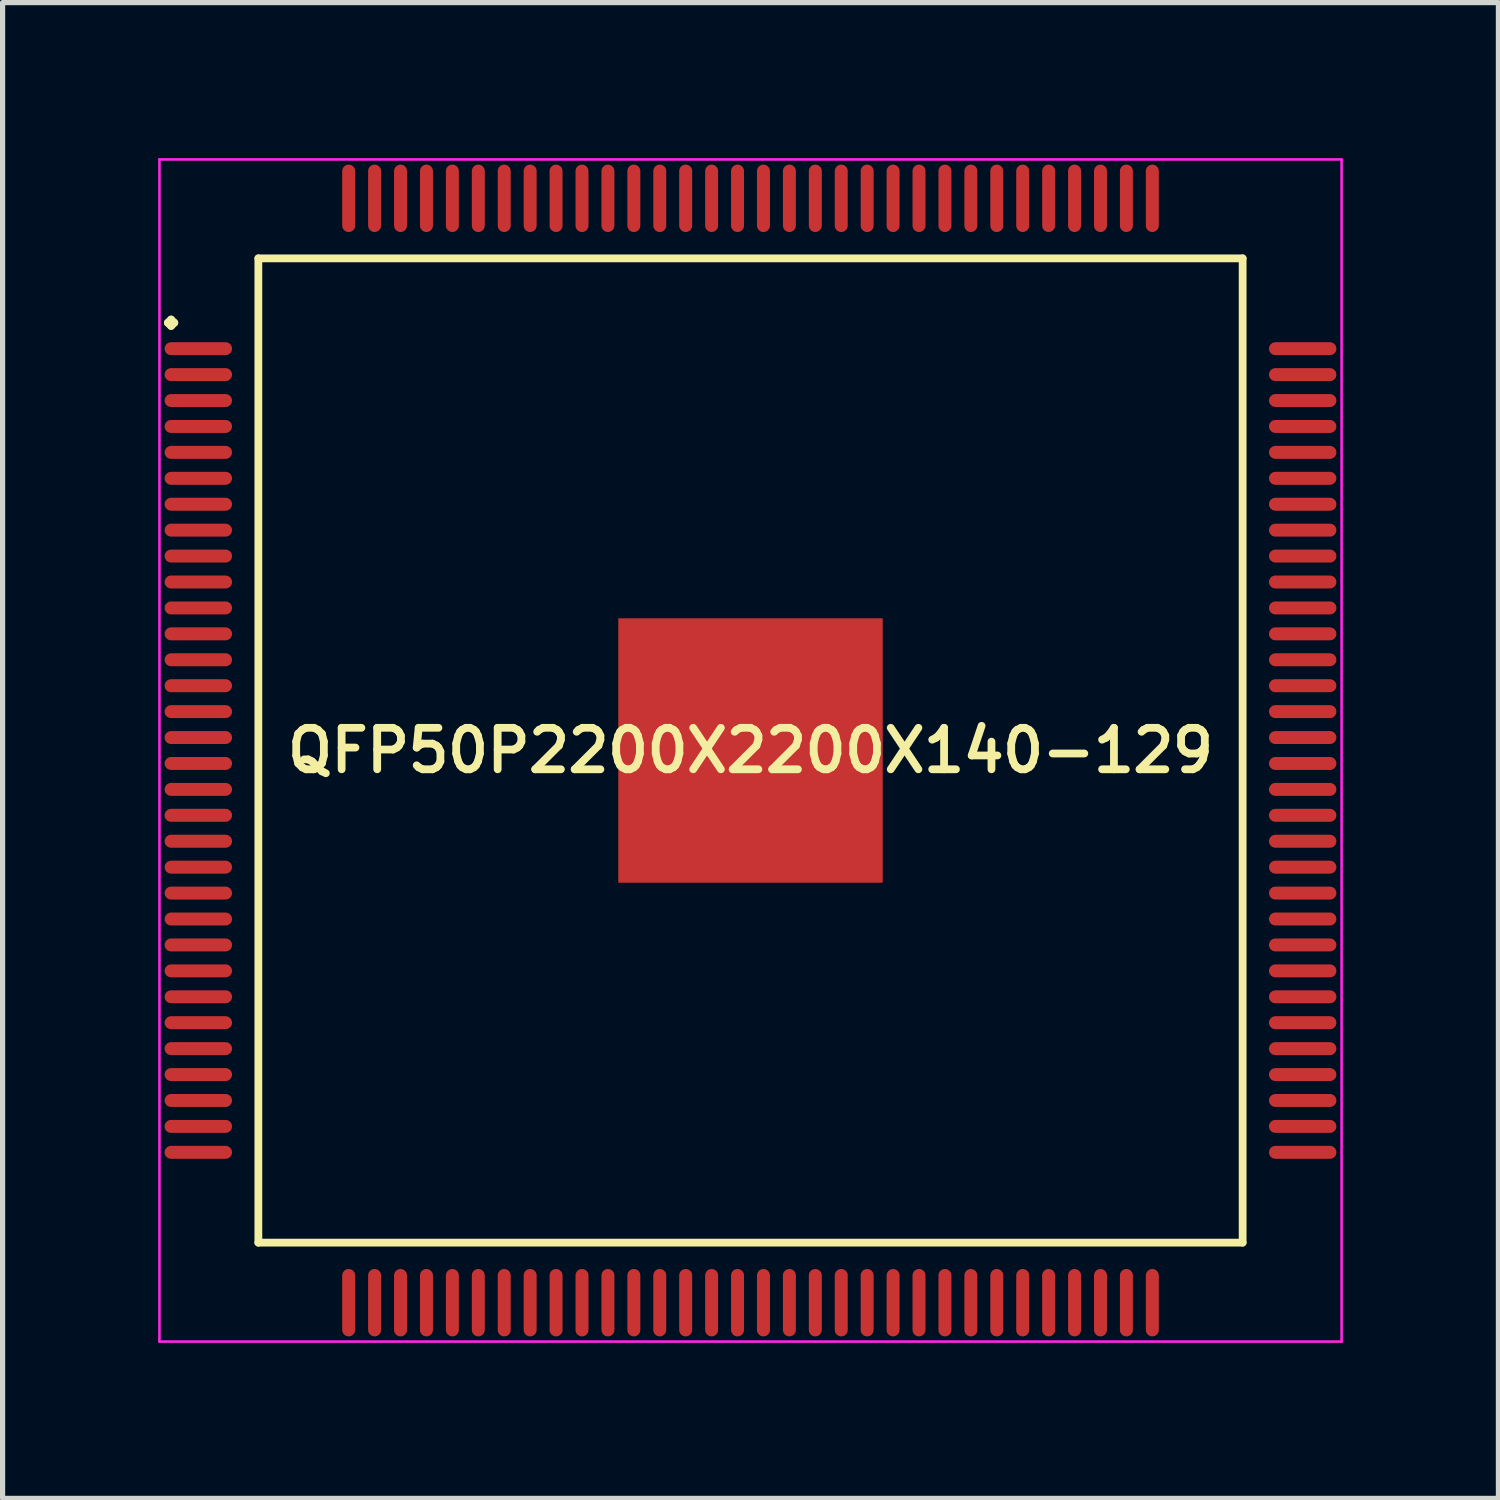
<source format=kicad_pcb>
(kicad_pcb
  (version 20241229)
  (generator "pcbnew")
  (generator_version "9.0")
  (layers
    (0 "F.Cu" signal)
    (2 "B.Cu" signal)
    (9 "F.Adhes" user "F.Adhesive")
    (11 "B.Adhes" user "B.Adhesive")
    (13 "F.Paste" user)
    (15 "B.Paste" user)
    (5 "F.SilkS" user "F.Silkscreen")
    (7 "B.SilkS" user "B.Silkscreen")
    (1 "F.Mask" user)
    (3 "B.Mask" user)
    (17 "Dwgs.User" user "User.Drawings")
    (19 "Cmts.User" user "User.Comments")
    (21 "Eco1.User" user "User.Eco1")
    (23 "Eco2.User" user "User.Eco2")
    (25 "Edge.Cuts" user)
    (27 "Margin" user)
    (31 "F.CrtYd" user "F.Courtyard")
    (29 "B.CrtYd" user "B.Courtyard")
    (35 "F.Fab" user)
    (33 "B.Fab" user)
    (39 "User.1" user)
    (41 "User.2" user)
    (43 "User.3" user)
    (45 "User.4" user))
  (footprint "QFP50P2200X2200X140-129"
    (layer "F.Cu")
    (at 11.425 11.425)
    (property "Reference" "QFP50P2200X2200X140-129" (at 0 0 0) (layer "F.SilkS") (effects (font (size 0.8 0.8) (thickness 0.15))))
    (attr smd)
    (fp_line (start -11.238 -8.25) (end -11.175 -8.312) (stroke (width 0.15) (type solid)) (layer "F.SilkS"))
    (fp_line (start -11.175 -8.312) (end -11.113 -8.25) (stroke (width 0.15) (type solid)) (layer "F.SilkS"))
    (fp_line (start -11.175 -8.188) (end -11.238 -8.25) (stroke (width 0.15) (type solid)) (layer "F.SilkS"))
    (fp_line (start -11.113 -8.25) (end -11.175 -8.188) (stroke (width 0.15) (type solid)) (layer "F.SilkS"))
    (fp_line (start -9.492 -9.492) (end -9.492 9.492) (stroke (width 0.15) (type solid)) (layer "F.SilkS"))
    (fp_line (start -9.492 9.492) (end 9.492 9.492) (stroke (width 0.15) (type solid)) (layer "F.SilkS"))
    (fp_line (start 9.492 -9.492) (end -9.492 -9.492) (stroke (width 0.15) (type solid)) (layer "F.SilkS"))
    (fp_line (start 9.492 9.492) (end 9.492 -9.492) (stroke (width 0.15) (type solid)) (layer "F.SilkS"))
    (fp_line (start -11.4 -11.4) (end 11.4 -11.4) (stroke (width 0.05) (type solid)) (layer "F.CrtYd"))
    (fp_line (start -11.4 11.4) (end -11.4 -11.4) (stroke (width 0.05) (type solid)) (layer "F.CrtYd"))
    (fp_line (start 11.4 -11.4) (end 11.4 11.4) (stroke (width 0.05) (type solid)) (layer "F.CrtYd"))
    (fp_line (start 11.4 11.4) (end -11.4 11.4) (stroke (width 0.05) (type solid)) (layer "F.CrtYd"))
    (pad "1" smd oval (at -10.65 -7.75) (size 1.3 0.25) (layers "F.Cu" "F.Mask" "F.Paste"))
    (pad "2" smd oval (at -10.65 -7.25) (size 1.3 0.25) (layers "F.Cu" "F.Mask" "F.Paste"))
    (pad "3" smd oval (at -10.65 -6.75) (size 1.3 0.25) (layers "F.Cu" "F.Mask" "F.Paste"))
    (pad "4" smd oval (at -10.65 -6.25) (size 1.3 0.25) (layers "F.Cu" "F.Mask" "F.Paste"))
    (pad "5" smd oval (at -10.65 -5.75) (size 1.3 0.25) (layers "F.Cu" "F.Mask" "F.Paste"))
    (pad "6" smd oval (at -10.65 -5.25) (size 1.3 0.25) (layers "F.Cu" "F.Mask" "F.Paste"))
    (pad "7" smd oval (at -10.65 -4.75) (size 1.3 0.25) (layers "F.Cu" "F.Mask" "F.Paste"))
    (pad "8" smd oval (at -10.65 -4.25) (size 1.3 0.25) (layers "F.Cu" "F.Mask" "F.Paste"))
    (pad "9" smd oval (at -10.65 -3.75) (size 1.3 0.25) (layers "F.Cu" "F.Mask" "F.Paste"))
    (pad "10" smd oval (at -10.65 -3.25) (size 1.3 0.25) (layers "F.Cu" "F.Mask" "F.Paste"))
    (pad "11" smd oval (at -10.65 -2.75) (size 1.3 0.25) (layers "F.Cu" "F.Mask" "F.Paste"))
    (pad "12" smd oval (at -10.65 -2.25) (size 1.3 0.25) (layers "F.Cu" "F.Mask" "F.Paste"))
    (pad "13" smd oval (at -10.65 -1.75) (size 1.3 0.25) (layers "F.Cu" "F.Mask" "F.Paste"))
    (pad "14" smd oval (at -10.65 -1.25) (size 1.3 0.25) (layers "F.Cu" "F.Mask" "F.Paste"))
    (pad "15" smd oval (at -10.65 -0.75) (size 1.3 0.25) (layers "F.Cu" "F.Mask" "F.Paste"))
    (pad "16" smd oval (at -10.65 -0.25) (size 1.3 0.25) (layers "F.Cu" "F.Mask" "F.Paste"))
    (pad "17" smd oval (at -10.65 0.25) (size 1.3 0.25) (layers "F.Cu" "F.Mask" "F.Paste"))
    (pad "18" smd oval (at -10.65 0.75) (size 1.3 0.25) (layers "F.Cu" "F.Mask" "F.Paste"))
    (pad "19" smd oval (at -10.65 1.25) (size 1.3 0.25) (layers "F.Cu" "F.Mask" "F.Paste"))
    (pad "20" smd oval (at -10.65 1.75) (size 1.3 0.25) (layers "F.Cu" "F.Mask" "F.Paste"))
    (pad "21" smd oval (at -10.65 2.25) (size 1.3 0.25) (layers "F.Cu" "F.Mask" "F.Paste"))
    (pad "22" smd oval (at -10.65 2.75) (size 1.3 0.25) (layers "F.Cu" "F.Mask" "F.Paste"))
    (pad "23" smd oval (at -10.65 3.25) (size 1.3 0.25) (layers "F.Cu" "F.Mask" "F.Paste"))
    (pad "24" smd oval (at -10.65 3.75) (size 1.3 0.25) (layers "F.Cu" "F.Mask" "F.Paste"))
    (pad "25" smd oval (at -10.65 4.25) (size 1.3 0.25) (layers "F.Cu" "F.Mask" "F.Paste"))
    (pad "26" smd oval (at -10.65 4.75) (size 1.3 0.25) (layers "F.Cu" "F.Mask" "F.Paste"))
    (pad "27" smd oval (at -10.65 5.25) (size 1.3 0.25) (layers "F.Cu" "F.Mask" "F.Paste"))
    (pad "28" smd oval (at -10.65 5.75) (size 1.3 0.25) (layers "F.Cu" "F.Mask" "F.Paste"))
    (pad "29" smd oval (at -10.65 6.25) (size 1.3 0.25) (layers "F.Cu" "F.Mask" "F.Paste"))
    (pad "30" smd oval (at -10.65 6.75) (size 1.3 0.25) (layers "F.Cu" "F.Mask" "F.Paste"))
    (pad "31" smd oval (at -10.65 7.25) (size 1.3 0.25) (layers "F.Cu" "F.Mask" "F.Paste"))
    (pad "32" smd oval (at -10.65 7.75) (size 1.3 0.25) (layers "F.Cu" "F.Mask" "F.Paste"))
    (pad "33" smd oval (at -7.75 10.65) (size 0.25 1.3) (layers "F.Cu" "F.Mask" "F.Paste"))
    (pad "34" smd oval (at -7.25 10.65) (size 0.25 1.3) (layers "F.Cu" "F.Mask" "F.Paste"))
    (pad "35" smd oval (at -6.75 10.65) (size 0.25 1.3) (layers "F.Cu" "F.Mask" "F.Paste"))
    (pad "36" smd oval (at -6.25 10.65) (size 0.25 1.3) (layers "F.Cu" "F.Mask" "F.Paste"))
    (pad "37" smd oval (at -5.75 10.65) (size 0.25 1.3) (layers "F.Cu" "F.Mask" "F.Paste"))
    (pad "38" smd oval (at -5.25 10.65) (size 0.25 1.3) (layers "F.Cu" "F.Mask" "F.Paste"))
    (pad "39" smd oval (at -4.75 10.65) (size 0.25 1.3) (layers "F.Cu" "F.Mask" "F.Paste"))
    (pad "40" smd oval (at -4.25 10.65) (size 0.25 1.3) (layers "F.Cu" "F.Mask" "F.Paste"))
    (pad "41" smd oval (at -3.75 10.65) (size 0.25 1.3) (layers "F.Cu" "F.Mask" "F.Paste"))
    (pad "42" smd oval (at -3.25 10.65) (size 0.25 1.3) (layers "F.Cu" "F.Mask" "F.Paste"))
    (pad "43" smd oval (at -2.75 10.65) (size 0.25 1.3) (layers "F.Cu" "F.Mask" "F.Paste"))
    (pad "44" smd oval (at -2.25 10.65) (size 0.25 1.3) (layers "F.Cu" "F.Mask" "F.Paste"))
    (pad "45" smd oval (at -1.75 10.65) (size 0.25 1.3) (layers "F.Cu" "F.Mask" "F.Paste"))
    (pad "46" smd oval (at -1.25 10.65) (size 0.25 1.3) (layers "F.Cu" "F.Mask" "F.Paste"))
    (pad "47" smd oval (at -0.75 10.65) (size 0.25 1.3) (layers "F.Cu" "F.Mask" "F.Paste"))
    (pad "48" smd oval (at -0.25 10.65) (size 0.25 1.3) (layers "F.Cu" "F.Mask" "F.Paste"))
    (pad "49" smd oval (at 0.25 10.65) (size 0.25 1.3) (layers "F.Cu" "F.Mask" "F.Paste"))
    (pad "50" smd oval (at 0.75 10.65) (size 0.25 1.3) (layers "F.Cu" "F.Mask" "F.Paste"))
    (pad "51" smd oval (at 1.25 10.65) (size 0.25 1.3) (layers "F.Cu" "F.Mask" "F.Paste"))
    (pad "52" smd oval (at 1.75 10.65) (size 0.25 1.3) (layers "F.Cu" "F.Mask" "F.Paste"))
    (pad "53" smd oval (at 2.25 10.65) (size 0.25 1.3) (layers "F.Cu" "F.Mask" "F.Paste"))
    (pad "54" smd oval (at 2.75 10.65) (size 0.25 1.3) (layers "F.Cu" "F.Mask" "F.Paste"))
    (pad "55" smd oval (at 3.25 10.65) (size 0.25 1.3) (layers "F.Cu" "F.Mask" "F.Paste"))
    (pad "56" smd oval (at 3.75 10.65) (size 0.25 1.3) (layers "F.Cu" "F.Mask" "F.Paste"))
    (pad "57" smd oval (at 4.25 10.65) (size 0.25 1.3) (layers "F.Cu" "F.Mask" "F.Paste"))
    (pad "58" smd oval (at 4.75 10.65) (size 0.25 1.3) (layers "F.Cu" "F.Mask" "F.Paste"))
    (pad "59" smd oval (at 5.25 10.65) (size 0.25 1.3) (layers "F.Cu" "F.Mask" "F.Paste"))
    (pad "60" smd oval (at 5.75 10.65) (size 0.25 1.3) (layers "F.Cu" "F.Mask" "F.Paste"))
    (pad "61" smd oval (at 6.25 10.65) (size 0.25 1.3) (layers "F.Cu" "F.Mask" "F.Paste"))
    (pad "62" smd oval (at 6.75 10.65) (size 0.25 1.3) (layers "F.Cu" "F.Mask" "F.Paste"))
    (pad "63" smd oval (at 7.25 10.65) (size 0.25 1.3) (layers "F.Cu" "F.Mask" "F.Paste"))
    (pad "64" smd oval (at 7.75 10.65) (size 0.25 1.3) (layers "F.Cu" "F.Mask" "F.Paste"))
    (pad "65" smd oval (at 10.65 7.75) (size 1.3 0.25) (layers "F.Cu" "F.Mask" "F.Paste"))
    (pad "66" smd oval (at 10.65 7.25) (size 1.3 0.25) (layers "F.Cu" "F.Mask" "F.Paste"))
    (pad "67" smd oval (at 10.65 6.75) (size 1.3 0.25) (layers "F.Cu" "F.Mask" "F.Paste"))
    (pad "68" smd oval (at 10.65 6.25) (size 1.3 0.25) (layers "F.Cu" "F.Mask" "F.Paste"))
    (pad "69" smd oval (at 10.65 5.75) (size 1.3 0.25) (layers "F.Cu" "F.Mask" "F.Paste"))
    (pad "70" smd oval (at 10.65 5.25) (size 1.3 0.25) (layers "F.Cu" "F.Mask" "F.Paste"))
    (pad "71" smd oval (at 10.65 4.75) (size 1.3 0.25) (layers "F.Cu" "F.Mask" "F.Paste"))
    (pad "72" smd oval (at 10.65 4.25) (size 1.3 0.25) (layers "F.Cu" "F.Mask" "F.Paste"))
    (pad "73" smd oval (at 10.65 3.75) (size 1.3 0.25) (layers "F.Cu" "F.Mask" "F.Paste"))
    (pad "74" smd oval (at 10.65 3.25) (size 1.3 0.25) (layers "F.Cu" "F.Mask" "F.Paste"))
    (pad "75" smd oval (at 10.65 2.75) (size 1.3 0.25) (layers "F.Cu" "F.Mask" "F.Paste"))
    (pad "76" smd oval (at 10.65 2.25) (size 1.3 0.25) (layers "F.Cu" "F.Mask" "F.Paste"))
    (pad "77" smd oval (at 10.65 1.75) (size 1.3 0.25) (layers "F.Cu" "F.Mask" "F.Paste"))
    (pad "78" smd oval (at 10.65 1.25) (size 1.3 0.25) (layers "F.Cu" "F.Mask" "F.Paste"))
    (pad "79" smd oval (at 10.65 0.75) (size 1.3 0.25) (layers "F.Cu" "F.Mask" "F.Paste"))
    (pad "80" smd oval (at 10.65 0.25) (size 1.3 0.25) (layers "F.Cu" "F.Mask" "F.Paste"))
    (pad "81" smd oval (at 10.65 -0.25) (size 1.3 0.25) (layers "F.Cu" "F.Mask" "F.Paste"))
    (pad "82" smd oval (at 10.65 -0.75) (size 1.3 0.25) (layers "F.Cu" "F.Mask" "F.Paste"))
    (pad "83" smd oval (at 10.65 -1.25) (size 1.3 0.25) (layers "F.Cu" "F.Mask" "F.Paste"))
    (pad "84" smd oval (at 10.65 -1.75) (size 1.3 0.25) (layers "F.Cu" "F.Mask" "F.Paste"))
    (pad "85" smd oval (at 10.65 -2.25) (size 1.3 0.25) (layers "F.Cu" "F.Mask" "F.Paste"))
    (pad "86" smd oval (at 10.65 -2.75) (size 1.3 0.25) (layers "F.Cu" "F.Mask" "F.Paste"))
    (pad "87" smd oval (at 10.65 -3.25) (size 1.3 0.25) (layers "F.Cu" "F.Mask" "F.Paste"))
    (pad "88" smd oval (at 10.65 -3.75) (size 1.3 0.25) (layers "F.Cu" "F.Mask" "F.Paste"))
    (pad "89" smd oval (at 10.65 -4.25) (size 1.3 0.25) (layers "F.Cu" "F.Mask" "F.Paste"))
    (pad "90" smd oval (at 10.65 -4.75) (size 1.3 0.25) (layers "F.Cu" "F.Mask" "F.Paste"))
    (pad "91" smd oval (at 10.65 -5.25) (size 1.3 0.25) (layers "F.Cu" "F.Mask" "F.Paste"))
    (pad "92" smd oval (at 10.65 -5.75) (size 1.3 0.25) (layers "F.Cu" "F.Mask" "F.Paste"))
    (pad "93" smd oval (at 10.65 -6.25) (size 1.3 0.25) (layers "F.Cu" "F.Mask" "F.Paste"))
    (pad "94" smd oval (at 10.65 -6.75) (size 1.3 0.25) (layers "F.Cu" "F.Mask" "F.Paste"))
    (pad "95" smd oval (at 10.65 -7.25) (size 1.3 0.25) (layers "F.Cu" "F.Mask" "F.Paste"))
    (pad "96" smd oval (at 10.65 -7.75) (size 1.3 0.25) (layers "F.Cu" "F.Mask" "F.Paste"))
    (pad "97" smd oval (at 7.75 -10.65) (size 0.25 1.3) (layers "F.Cu" "F.Mask" "F.Paste"))
    (pad "98" smd oval (at 7.25 -10.65) (size 0.25 1.3) (layers "F.Cu" "F.Mask" "F.Paste"))
    (pad "99" smd oval (at 6.75 -10.65) (size 0.25 1.3) (layers "F.Cu" "F.Mask" "F.Paste"))
    (pad "100" smd oval (at 6.25 -10.65) (size 0.25 1.3) (layers "F.Cu" "F.Mask" "F.Paste"))
    (pad "101" smd oval (at 5.75 -10.65) (size 0.25 1.3) (layers "F.Cu" "F.Mask" "F.Paste"))
    (pad "102" smd oval (at 5.25 -10.65) (size 0.25 1.3) (layers "F.Cu" "F.Mask" "F.Paste"))
    (pad "103" smd oval (at 4.75 -10.65) (size 0.25 1.3) (layers "F.Cu" "F.Mask" "F.Paste"))
    (pad "104" smd oval (at 4.25 -10.65) (size 0.25 1.3) (layers "F.Cu" "F.Mask" "F.Paste"))
    (pad "105" smd oval (at 3.75 -10.65) (size 0.25 1.3) (layers "F.Cu" "F.Mask" "F.Paste"))
    (pad "106" smd oval (at 3.25 -10.65) (size 0.25 1.3) (layers "F.Cu" "F.Mask" "F.Paste"))
    (pad "107" smd oval (at 2.75 -10.65) (size 0.25 1.3) (layers "F.Cu" "F.Mask" "F.Paste"))
    (pad "108" smd oval (at 2.25 -10.65) (size 0.25 1.3) (layers "F.Cu" "F.Mask" "F.Paste"))
    (pad "109" smd oval (at 1.75 -10.65) (size 0.25 1.3) (layers "F.Cu" "F.Mask" "F.Paste"))
    (pad "110" smd oval (at 1.25 -10.65) (size 0.25 1.3) (layers "F.Cu" "F.Mask" "F.Paste"))
    (pad "111" smd oval (at 0.75 -10.65) (size 0.25 1.3) (layers "F.Cu" "F.Mask" "F.Paste"))
    (pad "112" smd oval (at 0.25 -10.65) (size 0.25 1.3) (layers "F.Cu" "F.Mask" "F.Paste"))
    (pad "113" smd oval (at -0.25 -10.65) (size 0.25 1.3) (layers "F.Cu" "F.Mask" "F.Paste"))
    (pad "114" smd oval (at -0.75 -10.65) (size 0.25 1.3) (layers "F.Cu" "F.Mask" "F.Paste"))
    (pad "115" smd oval (at -1.25 -10.65) (size 0.25 1.3) (layers "F.Cu" "F.Mask" "F.Paste"))
    (pad "116" smd oval (at -1.75 -10.65) (size 0.25 1.3) (layers "F.Cu" "F.Mask" "F.Paste"))
    (pad "117" smd oval (at -2.25 -10.65) (size 0.25 1.3) (layers "F.Cu" "F.Mask" "F.Paste"))
    (pad "118" smd oval (at -2.75 -10.65) (size 0.25 1.3) (layers "F.Cu" "F.Mask" "F.Paste"))
    (pad "119" smd oval (at -3.25 -10.65) (size 0.25 1.3) (layers "F.Cu" "F.Mask" "F.Paste"))
    (pad "120" smd oval (at -3.75 -10.65) (size 0.25 1.3) (layers "F.Cu" "F.Mask" "F.Paste"))
    (pad "121" smd oval (at -4.25 -10.65) (size 0.25 1.3) (layers "F.Cu" "F.Mask" "F.Paste"))
    (pad "122" smd oval (at -4.75 -10.65) (size 0.25 1.3) (layers "F.Cu" "F.Mask" "F.Paste"))
    (pad "123" smd oval (at -5.25 -10.65) (size 0.25 1.3) (layers "F.Cu" "F.Mask" "F.Paste"))
    (pad "124" smd oval (at -5.75 -10.65) (size 0.25 1.3) (layers "F.Cu" "F.Mask" "F.Paste"))
    (pad "125" smd oval (at -6.25 -10.65) (size 0.25 1.3) (layers "F.Cu" "F.Mask" "F.Paste"))
    (pad "126" smd oval (at -6.75 -10.65) (size 0.25 1.3) (layers "F.Cu" "F.Mask" "F.Paste"))
    (pad "127" smd oval (at -7.25 -10.65) (size 0.25 1.3) (layers "F.Cu" "F.Mask" "F.Paste"))
    (pad "128" smd oval (at -7.75 -10.65) (size 0.25 1.3) (layers "F.Cu" "F.Mask" "F.Paste"))
    (pad "129" smd rect (at 0 0) (size 5.1 5.1) (layers "F.Cu" "F.Mask" "F.Paste")))
  (gr_rect
    (start -3 -3)
    (end 25.85 25.85)
    (stroke (width 0.1) (type default))
    (fill no)
    (layer "Edge.Cuts")))
</source>
